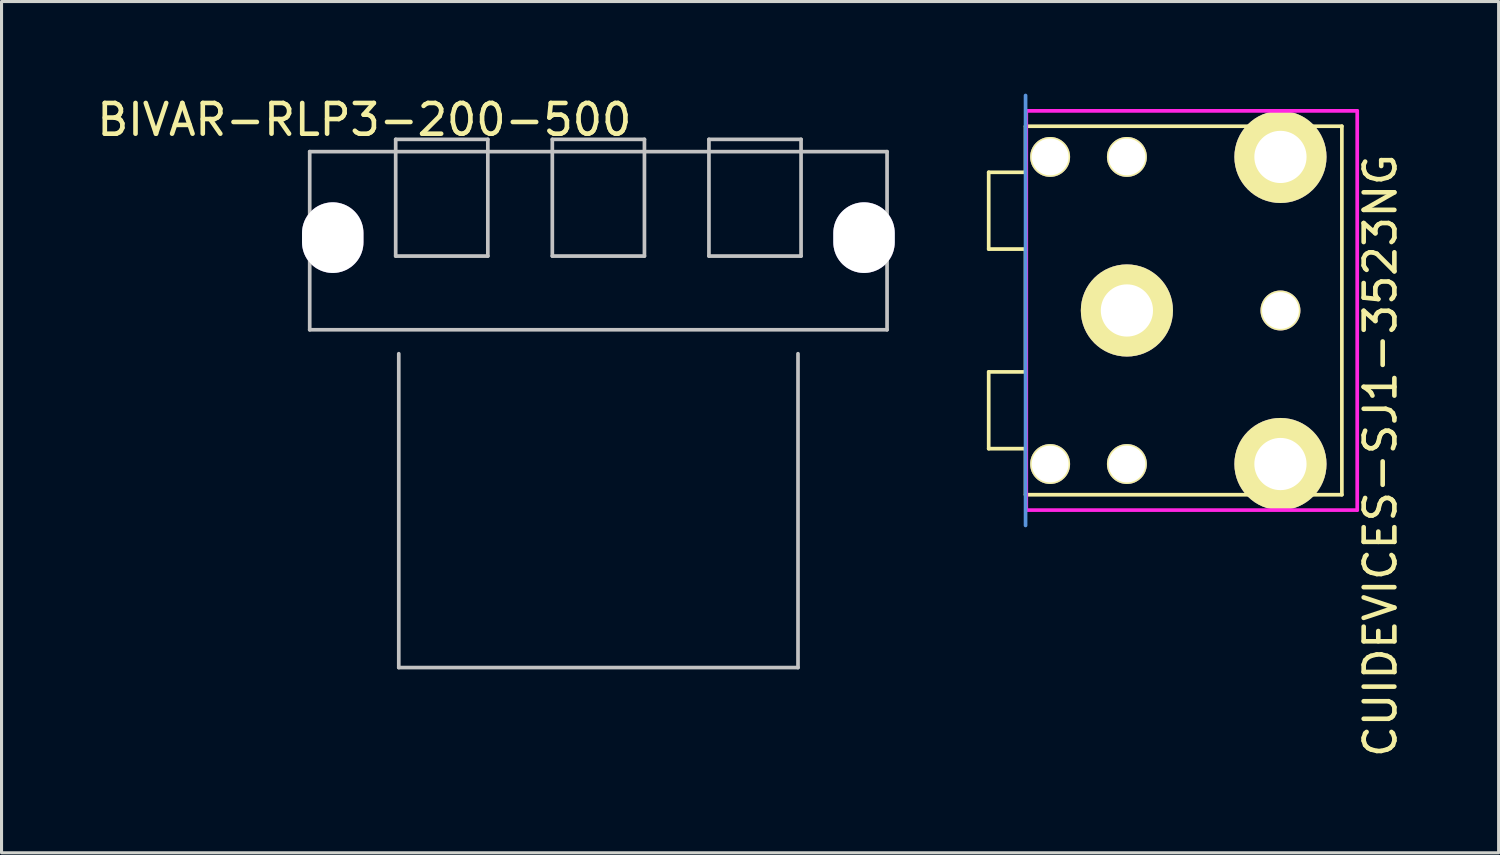
<source format=kicad_pcb>
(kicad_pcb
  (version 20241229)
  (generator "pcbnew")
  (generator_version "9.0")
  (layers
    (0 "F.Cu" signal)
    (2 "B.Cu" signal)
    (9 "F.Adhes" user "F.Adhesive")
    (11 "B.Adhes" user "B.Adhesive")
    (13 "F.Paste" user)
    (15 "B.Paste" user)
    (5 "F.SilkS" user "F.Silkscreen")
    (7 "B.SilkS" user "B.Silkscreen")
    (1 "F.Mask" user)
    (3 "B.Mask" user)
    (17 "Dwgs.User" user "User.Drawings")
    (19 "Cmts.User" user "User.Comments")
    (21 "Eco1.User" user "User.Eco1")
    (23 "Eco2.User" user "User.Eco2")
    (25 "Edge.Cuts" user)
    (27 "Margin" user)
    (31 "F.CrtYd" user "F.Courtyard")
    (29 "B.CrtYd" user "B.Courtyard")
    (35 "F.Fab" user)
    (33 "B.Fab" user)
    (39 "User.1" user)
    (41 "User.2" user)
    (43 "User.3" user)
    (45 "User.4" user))
  (footprint "CUIDEVICES-SJ1-3523NG"
    (layer "F.Cu")
    (at 33.645 7.06)
    (property "Reference" "CUIDEVICES-SJ1-3523NG" (at 8.255 4.724 90) (layer "F.SilkS") (effects (font (size 1 1) (thickness 0.15))))
    (attr through_hole)
    (fp_line (start -4.5 -4.5) (end -3.3 -4.5) (stroke (width 0.12) (type solid)) (layer "F.SilkS"))
    (fp_line (start -4.5 -2) (end -4.5 -4.5) (stroke (width 0.12) (type solid)) (layer "F.SilkS"))
    (fp_line (start -4.5 2) (end -3.3 2) (stroke (width 0.12) (type solid)) (layer "F.SilkS"))
    (fp_line (start -4.5 4.5) (end -4.5 2) (stroke (width 0.12) (type solid)) (layer "F.SilkS"))
    (fp_line (start -3.3 -6) (end 7 -6) (stroke (width 0.12) (type solid)) (layer "F.SilkS"))
    (fp_line (start -3.3 -4.5) (end -3.3 -6) (stroke (width 0.12) (type solid)) (layer "F.SilkS"))
    (fp_line (start -3.3 -2) (end -4.5 -2) (stroke (width 0.12) (type solid)) (layer "F.SilkS"))
    (fp_line (start -3.3 2) (end -3.3 -2) (stroke (width 0.12) (type solid)) (layer "F.SilkS"))
    (fp_line (start -3.3 4.5) (end -4.5 4.5) (stroke (width 0.12) (type solid)) (layer "F.SilkS"))
    (fp_line (start -3.3 6) (end -3.3 4.5) (stroke (width 0.12) (type solid)) (layer "F.SilkS"))
    (fp_line (start 7 -6) (end 7 6) (stroke (width 0.12) (type solid)) (layer "F.SilkS"))
    (fp_line (start 7 6) (end -3.3 6) (stroke (width 0.12) (type solid)) (layer "F.SilkS"))
    (fp_line (start -3.3 -7) (end -3.3 7) (stroke (width 0.12) (type solid)) (layer "Cmts.User"))
    (fp_line (start -3.277 -6.5) (end 7.5 -6.5) (stroke (width 0.12) (type solid)) (layer "F.CrtYd"))
    (fp_line (start -3.277 6.5) (end -3.277 -6.5) (stroke (width 0.12) (type solid)) (layer "F.CrtYd"))
    (fp_line (start 7.5 -6.5) (end 7.5 6.5) (stroke (width 0.12) (type solid)) (layer "F.CrtYd"))
    (fp_line (start 7.5 6.5) (end -3.277 6.5) (stroke (width 0.12) (type solid)) (layer "F.CrtYd"))
    (pad "" thru_hole circle (at -2.5 -5) (size 1.3 1.3) (drill 1.2) (layers "*.Cu" "*.Mask" "F.SilkS"))
    (pad "" thru_hole circle (at -2.5 5) (size 1.3 1.3) (drill 1.2) (layers "*.Cu" "*.Mask" "F.SilkS"))
    (pad "" thru_hole circle (at 0 -5) (size 1.3 1.3) (drill 1.2) (layers "*.Cu" "*.Mask" "F.SilkS"))
    (pad "" thru_hole circle (at 0 5) (size 1.3 1.3) (drill 1.2) (layers "*.Cu" "*.Mask" "F.SilkS"))
    (pad "" thru_hole circle (at 5 0) (size 1.3 1.3) (drill 1.2) (layers "*.Cu" "*.Mask" "F.SilkS"))
    (pad "1" thru_hole circle (at 0 0) (size 3 3) (drill 1.7) (layers "*.Cu" "*.Mask" "F.SilkS"))
    (pad "2" thru_hole circle (at 5 5) (size 3 3) (drill 1.7) (layers "*.Cu" "*.Mask" "F.SilkS"))
    (pad "3" thru_hole circle (at 5 -5) (size 3 3) (drill 1.7) (layers "*.Cu" "*.Mask" "F.SilkS")))
  (footprint "BIVAR-RLP3-200-500"
    (layer "F.Cu")
    (at 16.435 3.388)
    (property "Reference" "BIVAR-RLP3-200-500" (at -7.62 -2.54 0) (layer "F.SilkS") (effects (font (size 1 1) (thickness 0.15))))
    (attr through_hole)
    (fp_line (start -9.4 -1.5) (end 9.4 -1.5) (stroke (width 0.12) (type solid)) (layer "Dwgs.User"))
    (fp_line (start -9.4 4.3) (end -9.4 -1.5) (stroke (width 0.12) (type solid)) (layer "Dwgs.User"))
    (fp_line (start -6.6 -1.9) (end -3.6 -1.9) (stroke (width 0.12) (type solid)) (layer "Dwgs.User"))
    (fp_line (start -6.6 1.9) (end -6.6 -1.9) (stroke (width 0.12) (type solid)) (layer "Dwgs.User"))
    (fp_line (start -6.6 1.9) (end -3.6 1.9) (stroke (width 0.12) (type solid)) (layer "Dwgs.User"))
    (fp_line (start -6.5 5.08) (end -6.5 15.3) (stroke (width 0.12) (type solid)) (layer "Dwgs.User"))
    (fp_line (start -6.5 15.3) (end 6.5 15.3) (stroke (width 0.12) (type solid)) (layer "Dwgs.User"))
    (fp_line (start -3.6 -1.9) (end -3.6 1.9) (stroke (width 0.12) (type solid)) (layer "Dwgs.User"))
    (fp_line (start -1.5 -1.9) (end 1.5 -1.9) (stroke (width 0.12) (type solid)) (layer "Dwgs.User"))
    (fp_line (start -1.5 1.9) (end -1.5 -1.9) (stroke (width 0.12) (type solid)) (layer "Dwgs.User"))
    (fp_line (start -1.5 1.9) (end 1.5 1.9) (stroke (width 0.12) (type solid)) (layer "Dwgs.User"))
    (fp_line (start 1.5 -1.9) (end 1.5 1.9) (stroke (width 0.12) (type solid)) (layer "Dwgs.User"))
    (fp_line (start 3.6 -1.9) (end 6.6 -1.9) (stroke (width 0.12) (type solid)) (layer "Dwgs.User"))
    (fp_line (start 3.6 1.9) (end 3.6 -1.9) (stroke (width 0.12) (type solid)) (layer "Dwgs.User"))
    (fp_line (start 3.6 1.9) (end 6.6 1.9) (stroke (width 0.12) (type solid)) (layer "Dwgs.User"))
    (fp_line (start 6.5 15.3) (end 6.5 5.08) (stroke (width 0.12) (type solid)) (layer "Dwgs.User"))
    (fp_line (start 6.6 -1.9) (end 6.6 1.9) (stroke (width 0.12) (type solid)) (layer "Dwgs.User"))
    (fp_line (start 9.4 -1.5) (end 9.4 4.3) (stroke (width 0.12) (type solid)) (layer "Dwgs.User"))
    (fp_line (start 9.4 4.3) (end -9.4 4.3) (stroke (width 0.12) (type solid)) (layer "Dwgs.User"))
    (pad "" thru_hole oval (at -8.65 1.3) (size 2 2.3) (drill oval 2 2.3) (layers "*.Cu" "*.Mask"))
    (pad "" thru_hole oval (at 8.65 1.3) (size 2 2.3) (drill oval 2 2.3) (layers "*.Cu" "*.Mask")))
  (gr_rect
    (start -3 -3)
    (end 45.749 24.719)
    (stroke (width 0.1) (type default))
    (fill no)
    (layer "Edge.Cuts")))
</source>
